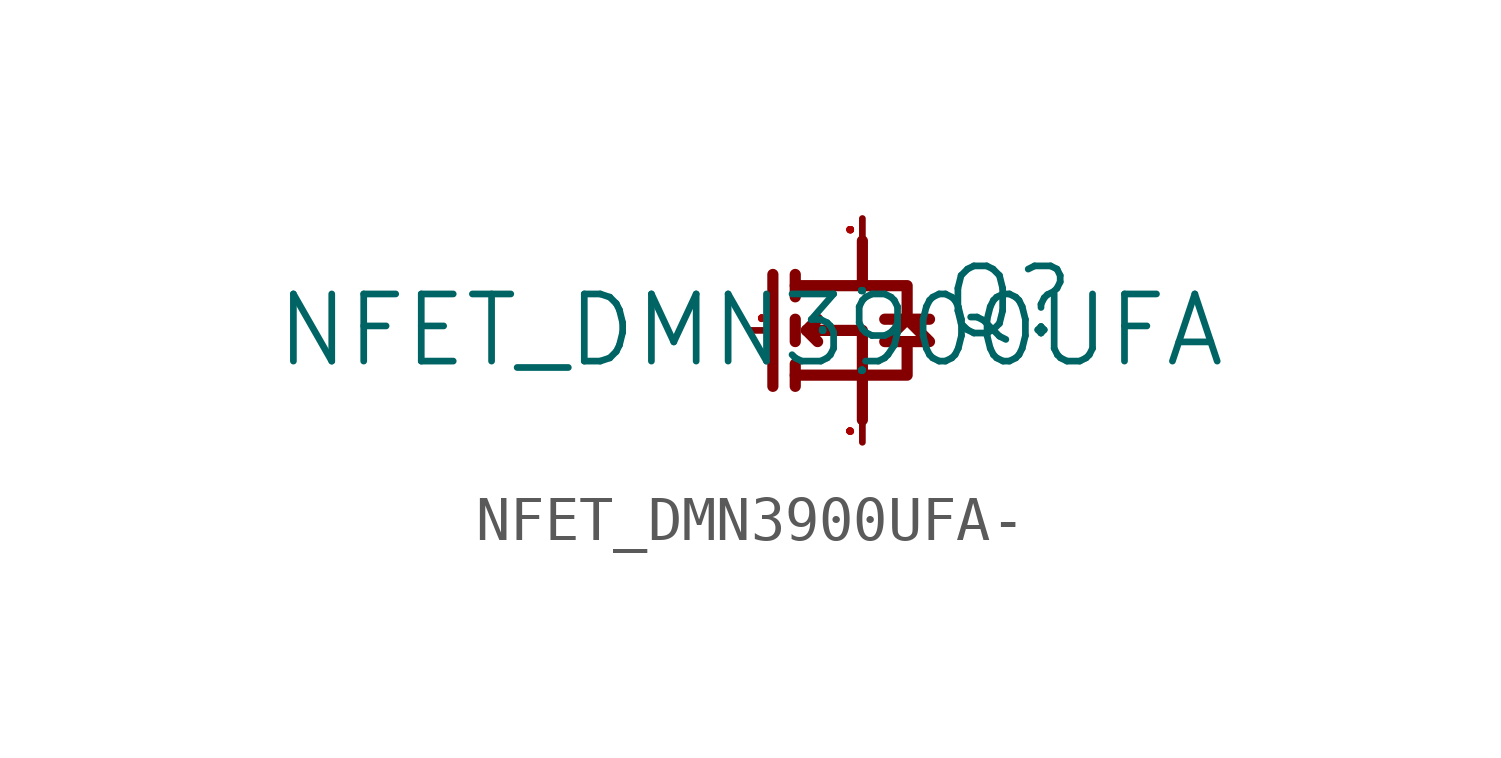
<source format=kicad_sym>
(kicad_symbol_lib
  (version 20220914)
  (generator kicad_symbol_editor)
  (symbol "NFET_DMN3900UFA-"
    (pin_names
      (offset 1.016))
    (property "Reference" "Q"
      (at 4.318 -0.254 0)
      (effects (font (size 1.524 1.524)) (justify left bottom)))
    (property "Value" "NFET_DMN3900UFA"
      (at 0 0 0)
      (effects (font (size 1.524 1.524))))
    (property "Footprint" ""
      (at 0 0 0)
      (effects (font (size 1.524 1.524))))
    (property "Datasheet" ""
      (at 0 0 0)
      (effects (font (size 1.524 1.524))))
    (symbol "NFET_DMN3900UFA-_0_1"
      (polyline (pts (xy 0.508 1.27) (xy 0.508 -1.27)) (stroke (width 0.254) (type solid)) (fill (type none)))
      (polyline (pts (xy 1.016 -1.016) (xy 2.54 -1.016)) (stroke (width 0.254) (type solid)) (fill (type none)))
      (polyline (pts (xy 1.016 -0.762) (xy 1.016 -1.27)) (stroke (width 0.254) (type solid)) (fill (type none)))
      (polyline (pts (xy 1.016 0.254) (xy 1.016 -0.254)) (stroke (width 0.254) (type solid)) (fill (type none)))
      (polyline (pts (xy 1.016 1.27) (xy 1.016 0.762)) (stroke (width 0.254) (type solid)) (fill (type none)))
      (polyline (pts (xy 3.048 0.254) (xy 4.064 0.254)) (stroke (width 0.254) (type solid)) (fill (type none)))
      (polyline (pts (xy 1.27 0) (xy 2.54 0) (xy 2.54 -2.032)) (stroke (width 0.254) (type solid)) (fill (type none)))
      (polyline (pts (xy 1.524 0.254) (xy 1.27 0) (xy 1.524 -0.254)) (stroke (width 0.254) (type solid)) (fill (type none)))
      (polyline (pts (xy 2.54 2.032) (xy 2.54 1.016) (xy 1.016 1.016)) (stroke (width 0.254) (type solid)) (fill (type none)))
      (polyline (pts (xy 3.556 -0.254) (xy 3.556 -1.016) (xy 2.54 -1.016)) (stroke (width 0.254) (type solid)) (fill (type none)))
      (polyline (pts (xy 2.54 1.016) (xy 3.556 1.016) (xy 3.556 0.254) (xy 3.048 -0.254) (xy 4.064 -0.254) (xy 3.556 0.254)) (stroke (width 0.254) (type solid)) (fill (type none)))
      (pin passive line (at 0 0 0) (length 0.508) (name "G" (effects (font (size 0.025 0.025)))) (number "1" (effects (font (size 0.025 0.025)))))
      (pin passive line (at 2.54 -2.54 90) (length 0.508) (name "S" (effects (font (size 0.025 0.025)))) (number "2" (effects (font (size 0.025 0.025)))))
      (pin passive line (at 2.54 2.54 270) (length 0.508) (name "D" (effects (font (size 0.025 0.025)))) (number "3" (effects (font (size 0.025 0.025))))))))
</source>
